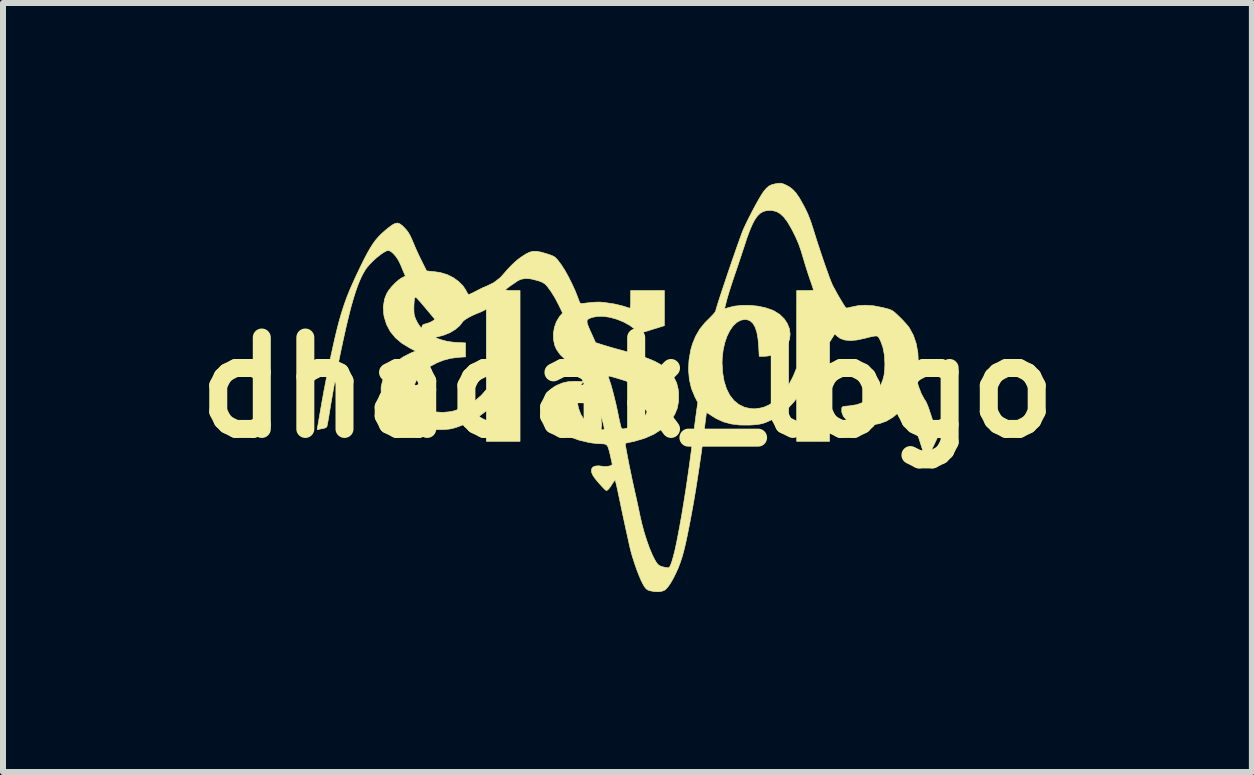
<source format=kicad_pcb>
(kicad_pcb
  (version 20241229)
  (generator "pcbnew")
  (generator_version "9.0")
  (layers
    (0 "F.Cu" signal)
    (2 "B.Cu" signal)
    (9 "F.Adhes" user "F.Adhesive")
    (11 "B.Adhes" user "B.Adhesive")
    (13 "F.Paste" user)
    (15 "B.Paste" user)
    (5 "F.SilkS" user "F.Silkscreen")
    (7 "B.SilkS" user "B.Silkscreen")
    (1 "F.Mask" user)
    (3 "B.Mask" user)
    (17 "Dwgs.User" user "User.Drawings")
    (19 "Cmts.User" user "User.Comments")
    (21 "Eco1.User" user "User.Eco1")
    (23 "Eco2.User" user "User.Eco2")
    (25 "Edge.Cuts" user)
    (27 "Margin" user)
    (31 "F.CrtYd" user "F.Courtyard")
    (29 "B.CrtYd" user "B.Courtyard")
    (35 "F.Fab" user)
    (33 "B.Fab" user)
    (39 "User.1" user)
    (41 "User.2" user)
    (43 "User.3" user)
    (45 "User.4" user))
  (footprint "dhadak_logo"
    (layer "F.Cu")
    (at 7.41 3.411)
    (property "Reference" "dhadak_logo" (at 0 0 0) (layer "F.SilkS") (effects (font (size 1.524 1.524) (thickness 0.3))))
    (attr through_hole)
    (fp_poly (pts (xy 2.591 -3.398) (xy 2.633 -3.38) (xy 2.635 -3.38) (xy 2.701 -3.344) (xy 2.758 -3.3) (xy 2.809 -3.244) (xy 2.861 -3.169) (xy 2.882 -3.133) (xy 2.949 -3.013) (xy 3.004 -2.9) (xy 3.05 -2.783) (xy 3.093 -2.653) (xy 3.103 -2.621) (xy 3.127 -2.543) (xy 3.156 -2.451) (xy 3.189 -2.35) (xy 3.224 -2.244) (xy 3.26 -2.137) (xy 3.296 -2.033) (xy 3.33 -1.938) (xy 3.36 -1.853) (xy 3.386 -1.785) (xy 3.405 -1.738) (xy 3.408 -1.73) (xy 3.429 -1.687) (xy 3.46 -1.631) (xy 3.495 -1.566) (xy 3.533 -1.5) (xy 3.57 -1.438) (xy 3.602 -1.386) (xy 3.625 -1.35) (xy 3.629 -1.345) (xy 3.642 -1.331) (xy 3.656 -1.326) (xy 3.681 -1.33) (xy 3.724 -1.341) (xy 3.726 -1.341) (xy 3.846 -1.366) (xy 3.972 -1.373) (xy 4.106 -1.363) (xy 4.254 -1.334) (xy 4.305 -1.321) (xy 4.354 -1.308) (xy 4.39 -1.294) (xy 4.422 -1.278) (xy 4.454 -1.254) (xy 4.493 -1.218) (xy 4.535 -1.178) (xy 4.587 -1.126) (xy 4.636 -1.072) (xy 4.677 -1.024) (xy 4.7 -0.993) (xy 4.766 -0.872) (xy 4.813 -0.733) (xy 4.841 -0.58) (xy 4.849 -0.416) (xy 4.841 -0.269) (xy 4.834 -0.2) (xy 4.83 -0.15) (xy 4.83 -0.113) (xy 4.835 -0.081) (xy 4.843 -0.047) (xy 4.852 -0.018) (xy 4.898 0.101) (xy 4.949 0.195) (xy 4.967 0.221) (xy 4.982 0.247) (xy 5.002 0.294) (xy 5.025 0.355) (xy 5.048 0.425) (xy 5.058 0.455) (xy 5.082 0.53) (xy 5.105 0.603) (xy 5.126 0.668) (xy 5.143 0.716) (xy 5.147 0.726) (xy 5.161 0.776) (xy 5.167 0.816) (xy 5.166 0.833) (xy 5.157 0.854) (xy 5.138 0.895) (xy 5.113 0.949) (xy 5.082 1.012) (xy 5.069 1.04) (xy 4.981 1.219) (xy 4.956 1.147) (xy 4.942 1.108) (xy 4.923 1.05) (xy 4.901 0.981) (xy 4.878 0.908) (xy 4.873 0.892) (xy 4.843 0.803) (xy 4.811 0.721) (xy 4.78 0.652) (xy 4.762 0.618) (xy 4.73 0.559) (xy 4.698 0.488) (xy 4.672 0.422) (xy 4.672 0.421) (xy 4.654 0.372) (xy 4.641 0.334) (xy 4.634 0.314) (xy 4.633 0.311) (xy 4.623 0.319) (xy 4.598 0.341) (xy 4.562 0.375) (xy 4.531 0.405) (xy 4.425 0.494) (xy 4.316 0.559) (xy 4.2 0.601) (xy 4.072 0.623) (xy 3.938 0.626) (xy 3.869 0.622) (xy 3.818 0.617) (xy 3.78 0.609) (xy 3.746 0.597) (xy 3.722 0.585) (xy 3.648 0.536) (xy 3.598 0.477) (xy 3.573 0.411) (xy 3.572 0.346) (xy 3.576 0.33) (xy 3.586 0.32) (xy 3.608 0.314) (xy 3.647 0.309) (xy 3.69 0.306) (xy 3.824 0.285) (xy 3.944 0.241) (xy 4.049 0.177) (xy 4.137 0.092) (xy 4.207 -0.014) (xy 4.223 -0.046) (xy 4.256 -0.125) (xy 4.277 -0.206) (xy 4.288 -0.296) (xy 4.291 -0.398) (xy 4.283 -0.543) (xy 4.258 -0.671) (xy 4.219 -0.78) (xy 4.214 -0.789) (xy 4.193 -0.829) (xy 4.176 -0.851) (xy 4.158 -0.859) (xy 4.131 -0.86) (xy 4.131 -0.86) (xy 4.097 -0.855) (xy 4.047 -0.845) (xy 3.988 -0.83) (xy 3.957 -0.822) (xy 3.83 -0.794) (xy 3.719 -0.784) (xy 3.623 -0.793) (xy 3.545 -0.82) (xy 3.488 -0.863) (xy 3.457 -0.896) (xy 3.413 -0.827) (xy 3.369 -0.757) (xy 3.369 0.896) (xy 2.821 0.896) (xy 2.82 0.18) (xy 2.778 0.234) (xy 2.676 0.345) (xy 2.559 0.443) (xy 2.434 0.523) (xy 2.305 0.581) (xy 2.303 0.582) (xy 2.25 0.599) (xy 2.199 0.61) (xy 2.142 0.618) (xy 2.071 0.623) (xy 2.03 0.625) (xy 1.87 0.624) (xy 1.728 0.606) (xy 1.6 0.571) (xy 1.481 0.517) (xy 1.403 0.469) (xy 1.363 0.442) (xy 1.333 0.424) (xy 1.318 0.417) (xy 1.318 0.417) (xy 1.315 0.431) (xy 1.31 0.467) (xy 1.303 0.522) (xy 1.294 0.59) (xy 1.285 0.668) (xy 1.285 0.668) (xy 1.259 0.874) (xy 1.231 1.084) (xy 1.2 1.297) (xy 1.168 1.509) (xy 1.135 1.718) (xy 1.101 1.919) (xy 1.066 2.112) (xy 1.032 2.291) (xy 0.999 2.456) (xy 0.968 2.602) (xy 0.938 2.726) (xy 0.916 2.807) (xy 0.883 2.909) (xy 0.844 3.012) (xy 0.799 3.11) (xy 0.753 3.2) (xy 0.707 3.277) (xy 0.663 3.337) (xy 0.626 3.373) (xy 0.581 3.393) (xy 0.521 3.403) (xy 0.455 3.401) (xy 0.448 3.4) (xy 0.386 3.389) (xy 0.343 3.376) (xy 0.312 3.355) (xy 0.286 3.323) (xy 0.26 3.28) (xy 0.227 3.214) (xy 0.191 3.129) (xy 0.153 3.031) (xy 0.117 2.926) (xy 0.083 2.822) (xy 0.056 2.725) (xy 0.047 2.691) (xy 0.028 2.607) (xy 0.004 2.498) (xy -0.025 2.367) (xy -0.058 2.214) (xy -0.095 2.041) (xy -0.135 1.849) (xy -0.147 1.794) (xy -0.163 1.716) (xy -0.178 1.648) (xy -0.191 1.594) (xy -0.2 1.557) (xy -0.204 1.542) (xy -0.204 1.542) (xy -0.214 1.549) (xy -0.232 1.572) (xy -0.242 1.587) (xy -0.284 1.653) (xy -0.318 1.695) (xy -0.343 1.715) (xy -0.356 1.715) (xy -0.372 1.703) (xy -0.401 1.674) (xy -0.439 1.634) (xy -0.482 1.586) (xy -0.538 1.519) (xy -0.575 1.465) (xy -0.595 1.421) (xy -0.601 1.383) (xy -0.596 1.352) (xy -0.574 1.324) (xy -0.533 1.308) (xy -0.478 1.304) (xy -0.433 1.31) (xy -0.388 1.316) (xy -0.34 1.314) (xy -0.296 1.307) (xy -0.265 1.295) (xy -0.254 1.28) (xy -0.257 1.262) (xy -0.265 1.224) (xy -0.277 1.172) (xy -0.29 1.113) (xy -0.308 1.042) (xy -0.323 0.993) (xy -0.341 0.962) (xy -0.365 0.945) (xy -0.399 0.938) (xy -0.446 0.936) (xy -0.461 0.936) (xy -0.509 0.933) (xy -0.571 0.926) (xy -0.635 0.917) (xy -0.644 0.915) (xy -0.807 0.876) (xy -0.952 0.824) (xy -1.079 0.76) (xy -1.186 0.685) (xy -1.272 0.599) (xy -1.336 0.504) (xy -1.376 0.401) (xy -1.392 0.291) (xy -1.392 0.28) (xy -1.381 0.187) (xy -1.348 0.107) (xy -1.292 0.038) (xy -1.212 -0.02) (xy -1.171 -0.041) (xy -1.079 -0.078) (xy -0.986 -0.099) (xy -0.882 -0.105) (xy -0.842 -0.104) (xy -0.731 -0.1) (xy -0.765 -0.06) (xy -0.799 -0.014) (xy -0.82 0.028) (xy -0.832 0.079) (xy -0.838 0.126) (xy -0.837 0.235) (xy -0.817 0.343) (xy -0.779 0.444) (xy -0.725 0.532) (xy -0.678 0.583) (xy -0.613 0.631) (xy -0.534 0.671) (xy -0.455 0.697) (xy -0.438 0.701) (xy -0.405 0.705) (xy -0.391 0.699) (xy -0.388 0.685) (xy -0.392 0.65) (xy -0.406 0.592) (xy -0.427 0.514) (xy -0.455 0.419) (xy -0.49 0.309) (xy -0.53 0.188) (xy -0.56 0.1) (xy -0.598 -0.009) (xy -0.628 -0.097) (xy -0.653 -0.165) (xy -0.664 -0.193) (xy -0.319 -0.193) (xy -0.318 -0.179) (xy -0.309 -0.147) (xy -0.297 -0.111) (xy -0.274 -0.042) (xy -0.249 0.048) (xy -0.222 0.153) (xy -0.194 0.267) (xy -0.168 0.385) (xy -0.154 0.454) (xy -0.14 0.523) (xy -0.126 0.584) (xy -0.115 0.632) (xy -0.107 0.661) (xy -0.106 0.665) (xy -0.097 0.681) (xy -0.083 0.689) (xy -0.059 0.688) (xy -0.019 0.679) (xy 0.027 0.665) (xy 0.124 0.625) (xy 0.209 0.568) (xy 0.277 0.498) (xy 0.316 0.434) (xy 0.34 0.358) (xy 0.349 0.273) (xy 0.341 0.19) (xy 0.319 0.124) (xy 0.283 0.071) (xy 0.226 0.017) (xy 0.155 -0.032) (xy 0.086 -0.069) (xy 0.052 -0.083) (xy 0.003 -0.1) (xy -0.056 -0.12) (xy -0.12 -0.14) (xy -0.182 -0.159) (xy -0.239 -0.175) (xy -0.284 -0.187) (xy -0.312 -0.193) (xy -0.319 -0.193) (xy -0.664 -0.193) (xy -0.673 -0.216) (xy -0.69 -0.254) (xy -0.706 -0.28) (xy -0.723 -0.299) (xy -0.741 -0.311) (xy -0.763 -0.322) (xy -0.791 -0.332) (xy -0.812 -0.34) (xy -0.934 -0.399) (xy -1.038 -0.469) (xy -1.122 -0.55) (xy -1.184 -0.638) (xy -1.212 -0.702) (xy -1.233 -0.799) (xy -1.235 -0.902) (xy -1.218 -1.004) (xy -1.184 -1.099) (xy -1.135 -1.18) (xy -1.129 -1.187) (xy -1.081 -1.243) (xy -1.141 -1.367) (xy -1.204 -1.488) (xy -1.269 -1.594) (xy -1.332 -1.681) (xy -1.349 -1.701) (xy -1.38 -1.731) (xy -1.417 -1.754) (xy -1.469 -1.775) (xy -1.499 -1.784) (xy -1.609 -1.812) (xy -1.701 -1.819) (xy -1.778 -1.805) (xy -1.827 -1.781) (xy -1.907 -1.727) (xy -1.965 -1.687) (xy -2.004 -1.657) (xy -2.026 -1.638) (xy -2.032 -1.629) (xy -2.02 -1.624) (xy -1.986 -1.62) (xy -1.939 -1.618) (xy -1.912 -1.618) (xy -1.791 -1.618) (xy -1.791 0.896) (xy -2.353 0.896) (xy -2.353 0.387) (xy -2.441 0.455) (xy -2.564 0.536) (xy -2.703 0.607) (xy -2.85 0.662) (xy -2.857 0.664) (xy -2.903 0.677) (xy -2.943 0.687) (xy -2.984 0.693) (xy -3.031 0.697) (xy -3.09 0.7) (xy -3.168 0.701) (xy -3.208 0.701) (xy -3.297 0.701) (xy -3.366 0.7) (xy -3.418 0.697) (xy -3.462 0.691) (xy -3.502 0.684) (xy -3.545 0.672) (xy -3.549 0.671) (xy -3.682 0.624) (xy -3.801 0.564) (xy -3.904 0.493) (xy -3.986 0.413) (xy -4.046 0.327) (xy -4.057 0.305) (xy -4.089 0.21) (xy -4.106 0.103) (xy -4.107 0.014) (xy -3.556 0.014) (xy -3.544 0.114) (xy -3.51 0.202) (xy -3.456 0.277) (xy -3.384 0.336) (xy -3.296 0.38) (xy -3.193 0.406) (xy -3.079 0.414) (xy -2.955 0.402) (xy -2.91 0.393) (xy -2.78 0.353) (xy -2.653 0.292) (xy -2.536 0.216) (xy -2.435 0.128) (xy -2.407 0.096) (xy -2.353 0.033) (xy -2.353 -0.639) (xy -2.353 -1.311) (xy -2.383 -1.291) (xy -2.411 -1.277) (xy -2.454 -1.257) (xy -2.5 -1.239) (xy -2.562 -1.213) (xy -2.623 -1.183) (xy -2.678 -1.152) (xy -2.72 -1.124) (xy -2.745 -1.101) (xy -2.746 -1.099) (xy -2.797 -1.032) (xy -2.87 -0.97) (xy -2.957 -0.917) (xy -3.054 -0.877) (xy -3.109 -0.861) (xy -3.156 -0.85) (xy -3.19 -0.841) (xy -3.206 -0.836) (xy -3.206 -0.835) (xy -3.197 -0.83) (xy -3.167 -0.818) (xy -3.123 -0.803) (xy -3.099 -0.795) (xy -3.011 -0.772) (xy -2.918 -0.758) (xy -2.844 -0.752) (xy -2.7 -0.745) (xy -2.7 -0.512) (xy -2.824 -0.504) (xy -2.946 -0.488) (xy -3.065 -0.457) (xy -3.177 -0.413) (xy -3.281 -0.358) (xy -3.372 -0.294) (xy -3.448 -0.223) (xy -3.506 -0.147) (xy -3.543 -0.068) (xy -3.556 0.012) (xy -3.556 0.014) (xy -4.107 0.014) (xy -4.107 -0.002) (xy -4.104 -0.029) (xy -4.075 -0.138) (xy -4.022 -0.244) (xy -3.947 -0.343) (xy -3.852 -0.433) (xy -3.739 -0.511) (xy -3.614 -0.575) (xy -3.532 -0.609) (xy -3.628 -0.659) (xy -3.76 -0.739) (xy -3.869 -0.831) (xy -3.954 -0.935) (xy -4.016 -1.052) (xy -4.056 -1.181) (xy -4.064 -1.232) (xy -4.069 -1.337) (xy -3.561 -1.337) (xy -3.56 -1.273) (xy -3.557 -1.227) (xy -3.548 -1.189) (xy -3.534 -1.15) (xy -3.525 -1.13) (xy -3.501 -1.082) (xy -3.475 -1.041) (xy -3.458 -1.018) (xy -3.429 -0.987) (xy -3.425 -1.018) (xy -3.418 -1.039) (xy -3.398 -1.053) (xy -3.358 -1.065) (xy -3.354 -1.066) (xy -3.306 -1.081) (xy -3.262 -1.101) (xy -3.248 -1.11) (xy -3.209 -1.138) (xy -3.284 -1.227) (xy -3.356 -1.313) (xy -3.413 -1.381) (xy -3.456 -1.431) (xy -3.489 -1.467) (xy -3.511 -1.491) (xy -3.527 -1.503) (xy -3.537 -1.506) (xy -3.543 -1.503) (xy -3.547 -1.494) (xy -3.547 -1.494) (xy -3.553 -1.467) (xy -3.557 -1.422) (xy -3.56 -1.366) (xy -3.561 -1.337) (xy -4.069 -1.337) (xy -4.069 -1.357) (xy -4.049 -1.476) (xy -4.015 -1.563) (xy -3.98 -1.621) (xy -3.929 -1.684) (xy -3.871 -1.744) (xy -3.812 -1.796) (xy -3.76 -1.83) (xy -3.703 -1.859) (xy -3.724 -1.909) (xy -3.74 -1.946) (xy -3.761 -1.997) (xy -3.784 -2.052) (xy -3.785 -2.055) (xy -3.819 -2.124) (xy -3.861 -2.186) (xy -3.905 -2.236) (xy -3.947 -2.271) (xy -3.986 -2.286) (xy -3.99 -2.286) (xy -4.023 -2.276) (xy -4.07 -2.25) (xy -4.125 -2.211) (xy -4.185 -2.163) (xy -4.244 -2.109) (xy -4.299 -2.053) (xy -4.345 -1.999) (xy -4.368 -1.967) (xy -4.409 -1.897) (xy -4.449 -1.816) (xy -4.489 -1.721) (xy -4.528 -1.612) (xy -4.568 -1.486) (xy -4.609 -1.342) (xy -4.65 -1.179) (xy -4.694 -0.995) (xy -4.74 -0.788) (xy -4.789 -0.558) (xy -4.818 -0.414) (xy -4.842 -0.291) (xy -4.867 -0.16) (xy -4.892 -0.027) (xy -4.915 0.101) (xy -4.935 0.217) (xy -4.952 0.315) (xy -4.954 0.328) (xy -4.968 0.416) (xy -4.981 0.496) (xy -4.993 0.564) (xy -5.003 0.616) (xy -5.01 0.648) (xy -5.013 0.655) (xy -5.031 0.669) (xy -5.066 0.681) (xy -5.084 0.684) (xy -5.124 0.691) (xy -5.154 0.699) (xy -5.161 0.702) (xy -5.171 0.701) (xy -5.17 0.678) (xy -5.169 0.673) (xy -5.164 0.647) (xy -5.155 0.6) (xy -5.145 0.538) (xy -5.133 0.466) (xy -5.126 0.428) (xy -5.096 0.254) (xy -5.063 0.071) (xy -5.027 -0.116) (xy -4.99 -0.303) (xy -4.953 -0.485) (xy -4.915 -0.658) (xy -4.879 -0.818) (xy -4.845 -0.96) (xy -4.814 -1.081) (xy -4.813 -1.085) (xy -4.77 -1.236) (xy -4.726 -1.373) (xy -4.679 -1.505) (xy -4.625 -1.639) (xy -4.561 -1.782) (xy -4.518 -1.876) (xy -4.45 -2.018) (xy -4.391 -2.138) (xy -4.338 -2.239) (xy -4.289 -2.324) (xy -4.243 -2.397) (xy -4.197 -2.46) (xy -4.149 -2.515) (xy -4.098 -2.567) (xy -4.041 -2.618) (xy -3.986 -2.663) (xy -3.924 -2.709) (xy -3.876 -2.735) (xy -3.834 -2.743) (xy -3.795 -2.73) (xy -3.753 -2.699) (xy -3.715 -2.661) (xy -3.679 -2.621) (xy -3.651 -2.582) (xy -3.625 -2.536) (xy -3.597 -2.478) (xy -3.574 -2.424) (xy -3.541 -2.345) (xy -3.501 -2.255) (xy -3.459 -2.166) (xy -3.429 -2.106) (xy -3.349 -1.945) (xy -3.259 -1.936) (xy -3.198 -1.929) (xy -3.137 -1.92) (xy -3.099 -1.912) (xy -3 -1.881) (xy -2.903 -1.832) (xy -2.817 -1.77) (xy -2.745 -1.699) (xy -2.694 -1.623) (xy -2.69 -1.614) (xy -2.671 -1.578) (xy -2.653 -1.555) (xy -2.646 -1.551) (xy -2.628 -1.557) (xy -2.593 -1.573) (xy -2.547 -1.596) (xy -2.522 -1.609) (xy -2.464 -1.639) (xy -2.406 -1.667) (xy -2.357 -1.688) (xy -2.346 -1.692) (xy -2.231 -1.748) (xy -2.128 -1.826) (xy -2.078 -1.879) (xy -2.005 -1.963) (xy -1.942 -2.03) (xy -1.886 -2.084) (xy -1.832 -2.131) (xy -1.774 -2.174) (xy -1.758 -2.185) (xy -1.689 -2.229) (xy -1.629 -2.258) (xy -1.571 -2.272) (xy -1.51 -2.271) (xy -1.437 -2.257) (xy -1.351 -2.232) (xy -1.289 -2.212) (xy -1.246 -2.195) (xy -1.215 -2.178) (xy -1.19 -2.156) (xy -1.163 -2.126) (xy -1.158 -2.12) (xy -1.103 -2.046) (xy -1.043 -1.953) (xy -0.983 -1.845) (xy -0.925 -1.729) (xy -0.871 -1.611) (xy -0.826 -1.496) (xy -0.817 -1.471) (xy -0.8 -1.427) (xy -0.785 -1.405) (xy -0.768 -1.4) (xy -0.767 -1.4) (xy -0.675 -1.411) (xy -0.603 -1.419) (xy -0.547 -1.423) (xy -0.502 -1.425) (xy -0.461 -1.425) (xy -0.42 -1.422) (xy -0.375 -1.417) (xy -0.215 -1.393) (xy -0.078 -1.36) (xy -0.028 -1.344) (xy 0.009 -1.332) (xy 0.036 -1.324) (xy 0.042 -1.323) (xy 0.046 -1.336) (xy 0.05 -1.37) (xy 0.053 -1.419) (xy 0.053 -1.471) (xy 0.053 -1.618) (xy 0.615 -1.618) (xy 0.615 -1.032) (xy 0.465 -0.985) (xy 0.399 -0.965) (xy 0.337 -0.945) (xy 0.286 -0.93) (xy 0.258 -0.922) (xy 0.202 -0.905) (xy 0.131 -0.968) (xy 0.04 -1.036) (xy -0.063 -1.093) (xy -0.173 -1.138) (xy -0.285 -1.17) (xy -0.394 -1.187) (xy -0.495 -1.188) (xy -0.584 -1.171) (xy -0.6 -1.166) (xy -0.633 -1.153) (xy -0.657 -1.14) (xy -0.671 -1.124) (xy -0.675 -1.102) (xy -0.67 -1.07) (xy -0.654 -1.024) (xy -0.628 -0.962) (xy -0.591 -0.881) (xy -0.578 -0.853) (xy -0.532 -0.75) (xy -0.43 -0.717) (xy -0.381 -0.702) (xy -0.314 -0.682) (xy -0.236 -0.659) (xy -0.152 -0.636) (xy -0.1 -0.622) (xy 0.053 -0.579) (xy 0.183 -0.54) (xy 0.292 -0.503) (xy 0.385 -0.468) (xy 0.463 -0.433) (xy 0.53 -0.397) (xy 0.589 -0.358) (xy 0.608 -0.344) (xy 0.703 -0.262) (xy 0.772 -0.174) (xy 0.82 -0.077) (xy 0.846 0.031) (xy 0.853 0.1) (xy 0.851 0.23) (xy 0.83 0.344) (xy 0.788 0.447) (xy 0.724 0.544) (xy 0.684 0.591) (xy 0.572 0.693) (xy 0.439 0.778) (xy 0.286 0.845) (xy 0.113 0.896) (xy 0.08 0.903) (xy 0.028 0.914) (xy -0.012 0.923) (xy -0.035 0.929) (xy -0.038 0.93) (xy -0.037 0.944) (xy -0.031 0.98) (xy -0.021 1.035) (xy -0.008 1.104) (xy 0.007 1.185) (xy 0.024 1.274) (xy 0.043 1.365) (xy 0.062 1.457) (xy 0.08 1.545) (xy 0.098 1.625) (xy 0.113 1.694) (xy 0.115 1.704) (xy 0.135 1.792) (xy 0.158 1.895) (xy 0.181 2.002) (xy 0.202 2.102) (xy 0.208 2.132) (xy 0.24 2.271) (xy 0.278 2.412) (xy 0.321 2.548) (xy 0.366 2.674) (xy 0.412 2.784) (xy 0.447 2.855) (xy 0.479 2.911) (xy 0.507 2.948) (xy 0.539 2.971) (xy 0.582 2.987) (xy 0.643 3) (xy 0.645 3) (xy 0.676 3.004) (xy 0.695 2.999) (xy 0.709 2.978) (xy 0.722 2.95) (xy 0.742 2.895) (xy 0.765 2.814) (xy 0.791 2.711) (xy 0.818 2.587) (xy 0.846 2.444) (xy 0.876 2.284) (xy 0.907 2.108) (xy 0.938 1.92) (xy 0.97 1.72) (xy 1.001 1.511) (xy 1.032 1.294) (xy 1.062 1.071) (xy 1.069 1.015) (xy 1.085 0.895) (xy 1.1 0.777) (xy 1.115 0.668) (xy 1.128 0.569) (xy 1.139 0.484) (xy 1.148 0.419) (xy 1.154 0.376) (xy 1.154 0.374) (xy 1.173 0.249) (xy 1.123 0.152) (xy 1.066 0.013) (xy 1.031 -0.138) (xy 1.018 -0.297) (xy 1.023 -0.412) (xy 1.577 -0.412) (xy 1.586 -0.252) (xy 1.61 -0.109) (xy 1.65 0.018) (xy 1.704 0.126) (xy 1.773 0.214) (xy 1.855 0.282) (xy 1.949 0.327) (xy 2.029 0.346) (xy 2.076 0.352) (xy 2.116 0.354) (xy 2.132 0.353) (xy 2.162 0.349) (xy 2.204 0.343) (xy 2.218 0.341) (xy 2.284 0.323) (xy 2.359 0.289) (xy 2.436 0.241) (xy 2.507 0.185) (xy 2.509 0.183) (xy 2.571 0.117) (xy 2.635 0.032) (xy 2.696 -0.062) (xy 2.749 -0.16) (xy 2.775 -0.217) (xy 2.82 -0.328) (xy 2.82 -0.973) (xy 2.821 -1.618) (xy 2.961 -1.618) (xy 3.019 -1.618) (xy 3.065 -1.62) (xy 3.094 -1.623) (xy 3.101 -1.626) (xy 3.097 -1.641) (xy 3.086 -1.677) (xy 3.069 -1.728) (xy 3.048 -1.789) (xy 3.041 -1.808) (xy 3.013 -1.892) (xy 2.982 -1.988) (xy 2.953 -2.083) (xy 2.933 -2.15) (xy 2.894 -2.28) (xy 2.854 -2.394) (xy 2.807 -2.503) (xy 2.751 -2.617) (xy 2.728 -2.659) (xy 2.667 -2.763) (xy 2.607 -2.842) (xy 2.546 -2.899) (xy 2.481 -2.935) (xy 2.411 -2.952) (xy 2.374 -2.954) (xy 2.313 -2.949) (xy 2.259 -2.933) (xy 2.21 -2.904) (xy 2.165 -2.859) (xy 2.121 -2.796) (xy 2.079 -2.715) (xy 2.035 -2.612) (xy 1.989 -2.486) (xy 1.961 -2.4) (xy 1.927 -2.297) (xy 1.888 -2.179) (xy 1.847 -2.056) (xy 1.808 -1.94) (xy 1.78 -1.858) (xy 1.75 -1.769) (xy 1.721 -1.68) (xy 1.695 -1.598) (xy 1.674 -1.528) (xy 1.659 -1.477) (xy 1.658 -1.471) (xy 1.644 -1.416) (xy 1.632 -1.37) (xy 1.624 -1.339) (xy 1.623 -1.334) (xy 1.621 -1.32) (xy 1.63 -1.317) (xy 1.657 -1.325) (xy 1.669 -1.329) (xy 1.779 -1.357) (xy 1.904 -1.371) (xy 2.036 -1.371) (xy 2.17 -1.358) (xy 2.297 -1.332) (xy 2.41 -1.293) (xy 2.447 -1.276) (xy 2.538 -1.219) (xy 2.611 -1.148) (xy 2.665 -1.067) (xy 2.699 -0.981) (xy 2.711 -0.891) (xy 2.701 -0.803) (xy 2.667 -0.718) (xy 2.651 -0.692) (xy 2.597 -0.634) (xy 2.523 -0.585) (xy 2.435 -0.548) (xy 2.34 -0.526) (xy 2.272 -0.521) (xy 2.196 -0.521) (xy 2.188 -0.678) (xy 2.176 -0.814) (xy 2.156 -0.926) (xy 2.126 -1.013) (xy 2.087 -1.076) (xy 2.038 -1.117) (xy 1.98 -1.135) (xy 1.958 -1.136) (xy 1.888 -1.123) (xy 1.821 -1.086) (xy 1.76 -1.028) (xy 1.706 -0.95) (xy 1.659 -0.856) (xy 1.622 -0.747) (xy 1.595 -0.627) (xy 1.58 -0.498) (xy 1.577 -0.412) (xy 1.023 -0.412) (xy 1.026 -0.462) (xy 1.055 -0.628) (xy 1.084 -0.729) (xy 1.138 -0.859) (xy 1.207 -0.977) (xy 1.297 -1.087) (xy 1.357 -1.146) (xy 1.401 -1.191) (xy 1.438 -1.23) (xy 1.462 -1.261) (xy 1.471 -1.277) (xy 1.475 -1.297) (xy 1.487 -1.339) (xy 1.506 -1.401) (xy 1.531 -1.479) (xy 1.561 -1.571) (xy 1.595 -1.673) (xy 1.632 -1.783) (xy 1.67 -1.898) (xy 1.71 -2.014) (xy 1.749 -2.129) (xy 1.788 -2.24) (xy 1.824 -2.344) (xy 1.858 -2.438) (xy 1.887 -2.519) (xy 1.911 -2.584) (xy 1.929 -2.63) (xy 1.935 -2.644) (xy 1.972 -2.724) (xy 2.015 -2.812) (xy 2.062 -2.904) (xy 2.11 -2.996) (xy 2.157 -3.082) (xy 2.201 -3.159) (xy 2.238 -3.221) (xy 2.267 -3.264) (xy 2.269 -3.267) (xy 2.315 -3.322) (xy 2.358 -3.359) (xy 2.405 -3.382) (xy 2.465 -3.397) (xy 2.475 -3.399) (xy 2.524 -3.406) (xy 2.559 -3.406) (xy 2.591 -3.398)) (stroke (width 0.01) (type solid)) (fill yes) (layer "F.SilkS")))
  (gr_rect
    (start -3 -3)
    (end 17.819 9.819)
    (stroke (width 0.1) (type default))
    (fill no)
    (layer "Edge.Cuts")))
</source>
